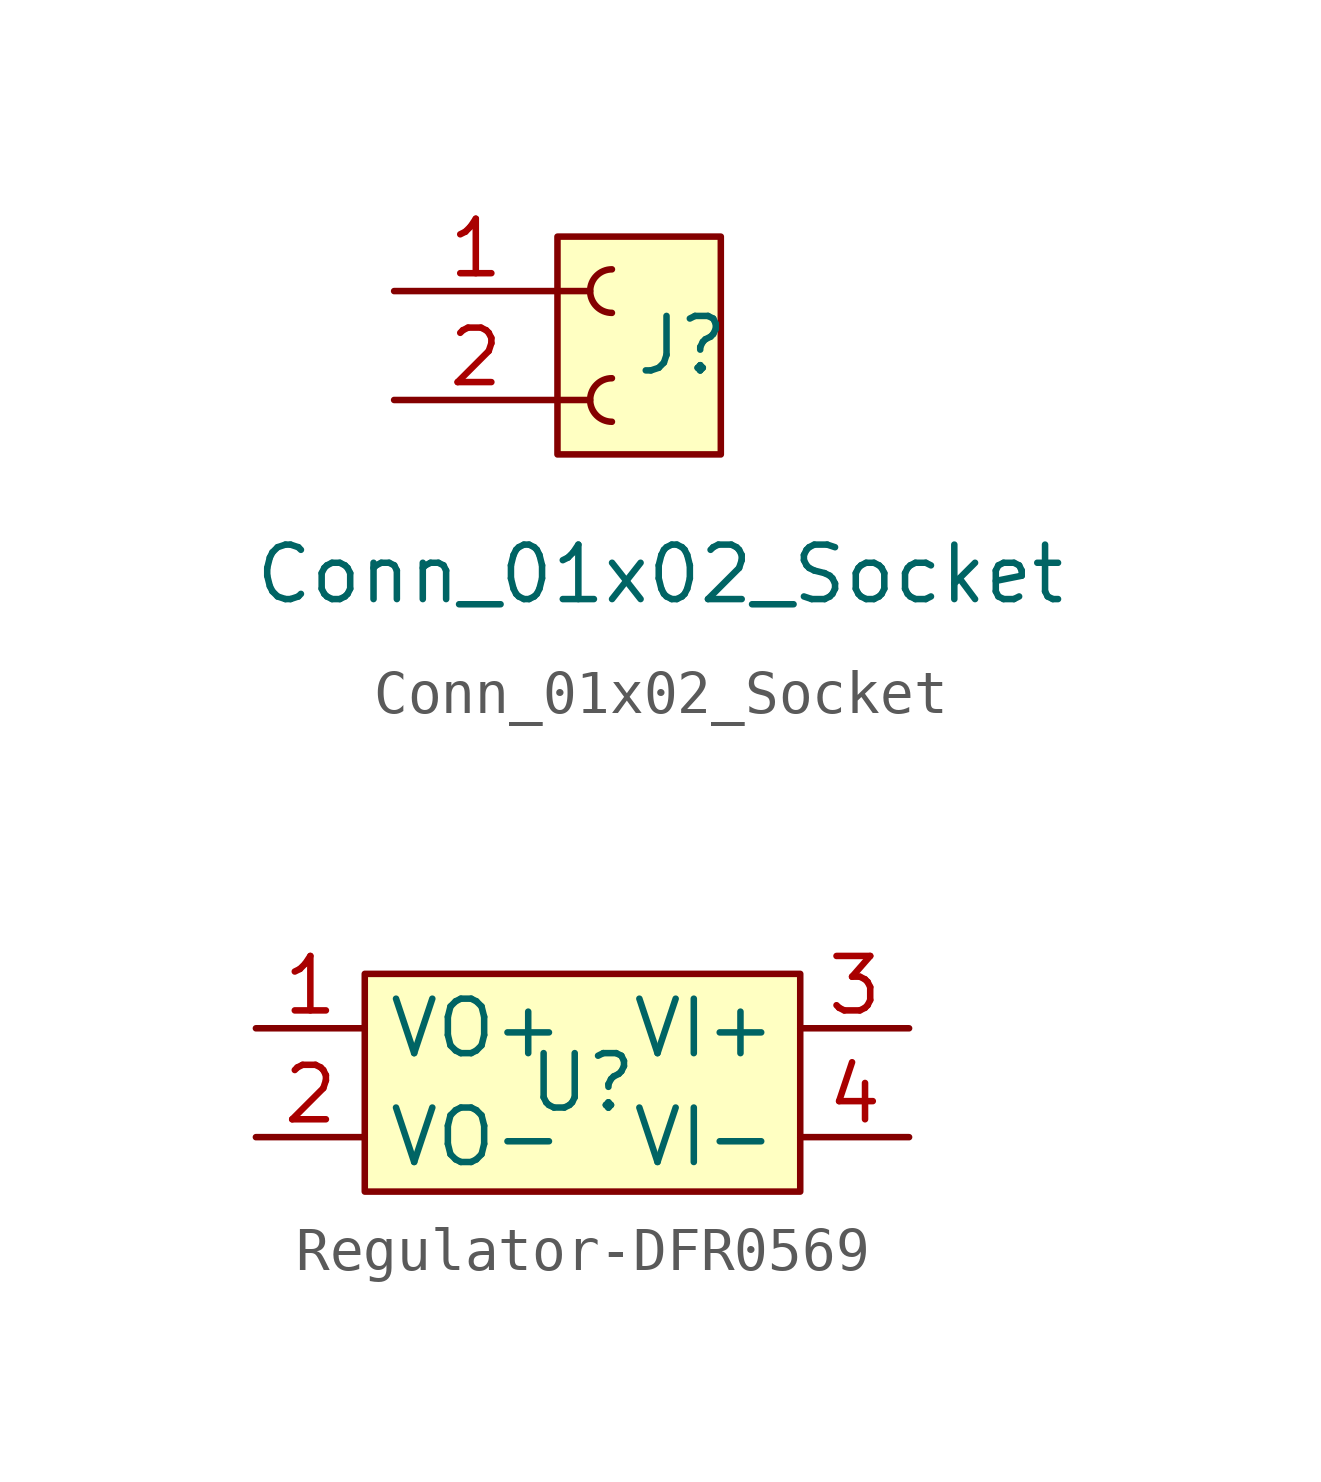
<source format=kicad_sym>
(kicad_symbol_lib
  (version 20231120)
  (generator "kicad_symbol_editor")
  (generator_version "8.0")
  (symbol "Conn_01x02_Socket"
    (pin_names
      (offset 1.016) hide)
    (property "Reference" "J"
      (at 0.508 -1.27 0)
      (effects (font (size 1.27 1.27)) (justify left)))
    (property "Value" "Conn_01x02_Socket"
      (at -8.382 -6.604 0)
      (effects (font (size 1.27 1.27)) (justify left)))
    (symbol "Conn_01x02_Socket_0_1"
      (rectangle (start -1.27 1.27) (end 2.54 -3.81) (stroke (width 0) (type default)) (fill (type background))))
    (symbol "Conn_01x02_Socket_1_1"
      (arc (start 0 -2.032) (mid -0.5058 -2.54) (end 0 -3.048) (stroke (width 0.1524) (type default)) (fill (type none)))
      (polyline (pts (xy -1.27 -2.54) (xy -0.508 -2.54)) (stroke (width 0.152) (type default)) (fill (type none)))
      (polyline (pts (xy -1.27 0) (xy -0.508 0)) (stroke (width 0.152) (type default)) (fill (type none)))
      (arc (start 0 0.508) (mid -0.5058 0) (end 0 -0.508) (stroke (width 0.1524) (type default)) (fill (type none)))
      (pin passive line (at -5.08 0 0) (length 3.81) (name "Pin_1" (effects (font (size 1.27 1.27)))) (number "1" (effects (font (size 1.27 1.27)))))
      (pin passive line (at -5.08 -2.54 0) (length 3.81) (name "Pin_2" (effects (font (size 1.27 1.27)))) (number "2" (effects (font (size 1.27 1.27)))))))
  (symbol "Regulator-DFR0569"
    (property "Reference" "U"
      (at 0 0 0)
      (effects (font (size 1.27 1.27))))
    (property "Value" ""
      (at -1.27 1.27 0)
      (effects (font (size 1.27 1.27))))
    (symbol "Regulator-DFR0569_1_1"
      (rectangle (start -5.08 2.54) (end 5.08 -2.54) (stroke (width 0) (type default)) (fill (type background)))
      (pin output line (at -7.62 1.27 0) (length 2.54) (name "VO+" (effects (font (size 1.27 1.27)))) (number "1" (effects (font (size 1.27 1.27)))))
      (pin passive line (at -7.62 -1.27 0) (length 2.54) (name "VO-" (effects (font (size 1.27 1.27)))) (number "2" (effects (font (size 1.27 1.27)))))
      (pin input line (at 7.62 1.27 180) (length 2.54) (name "VI+" (effects (font (size 1.27 1.27)))) (number "3" (effects (font (size 1.27 1.27)))))
      (pin input line (at 7.62 -1.27 180) (length 2.54) (name "VI-" (effects (font (size 1.27 1.27)))) (number "4" (effects (font (size 1.27 1.27))))))))
</source>
